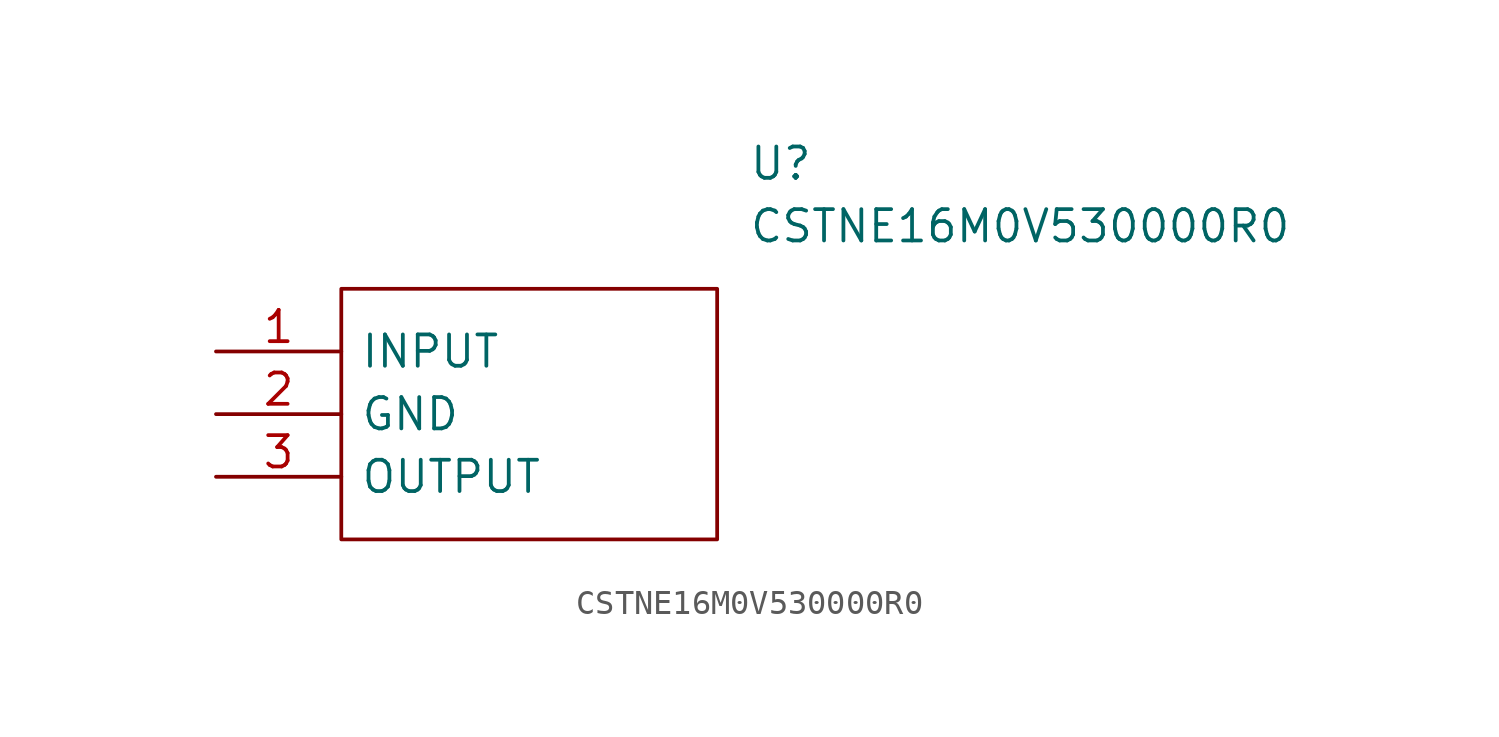
<source format=kicad_sym>
(kicad_symbol_lib
  (version 20211014)
  (generator kicad_symbol_editor)
  (symbol "CSTNE16M0V530000R0"
    (pin_names
      (offset 0.762))
    (property "Reference" "U"
      (at 21.59 7.62 0)
      (effects (font (size 1.27 1.27)) (justify left)))
    (property "Value" "CSTNE16M0V530000R0"
      (at 21.59 5.08 0)
      (effects (font (size 1.27 1.27)) (justify left)))
    (symbol "CSTNE16M0V530000R0_0_0"
      (pin passive line (at 0 0 0) (length 5.08) (name "INPUT" (effects (font (size 1.27 1.27)))) (number "1" (effects (font (size 1.27 1.27)))))
      (pin passive line (at 0 -2.54 0) (length 5.08) (name "GND" (effects (font (size 1.27 1.27)))) (number "2" (effects (font (size 1.27 1.27)))))
      (pin passive line (at 0 -5.08 0) (length 5.08) (name "OUTPUT" (effects (font (size 1.27 1.27)))) (number "3" (effects (font (size 1.27 1.27))))))
    (symbol "CSTNE16M0V530000R0_0_1"
      (polyline (pts (xy 5.08 2.54) (xy 20.32 2.54) (xy 20.32 -7.62) (xy 5.08 -7.62) (xy 5.08 2.54)) (stroke (width 0.152) (type default) (color 0 0 0 0)) (fill (type none))))))
</source>
